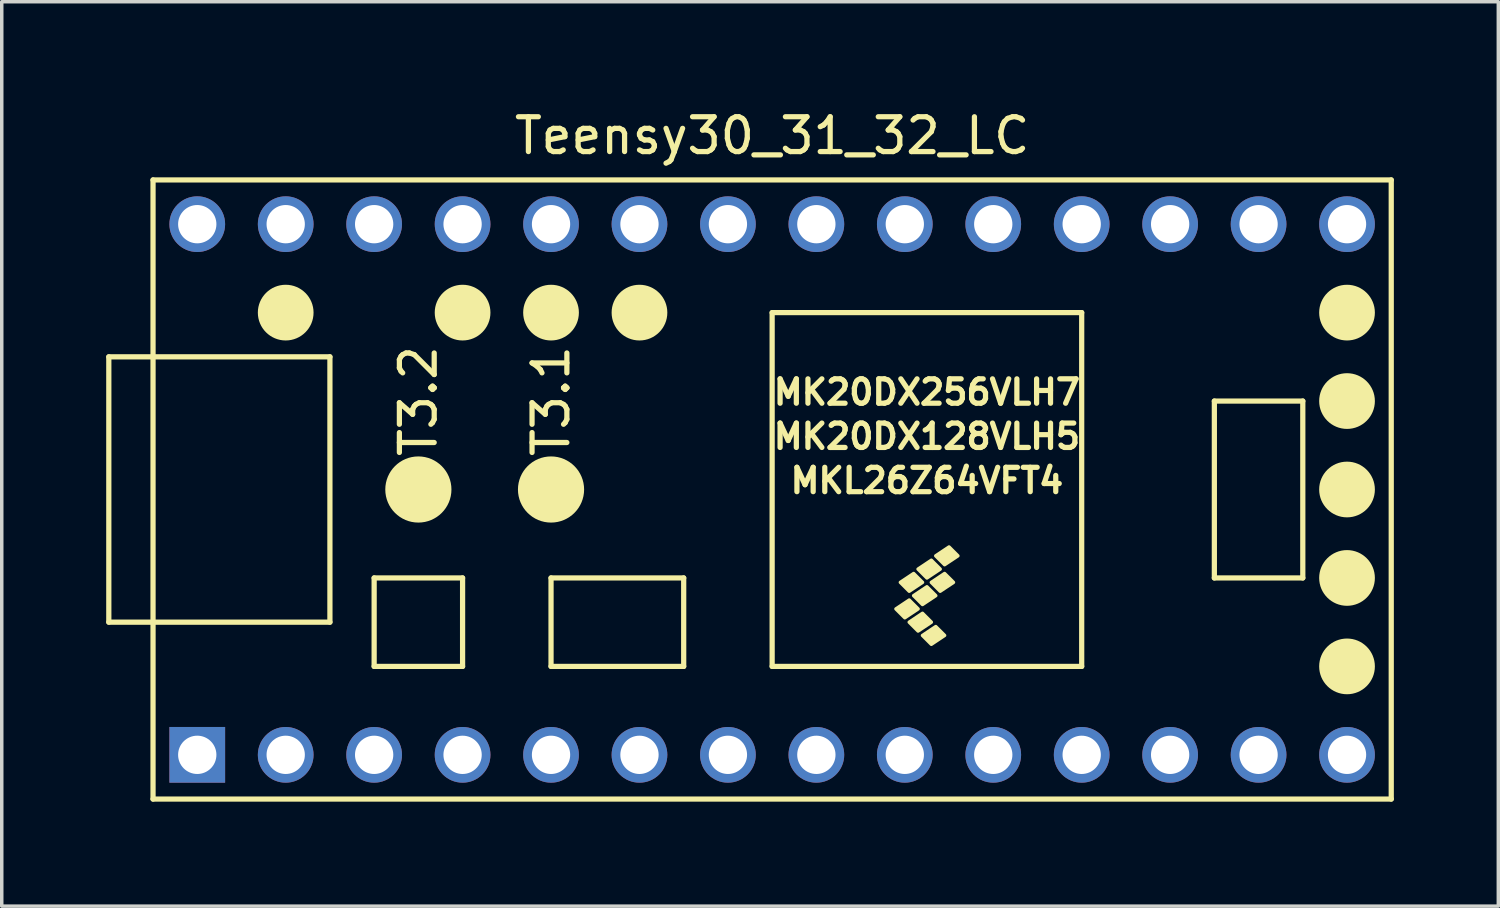
<source format=kicad_pcb>
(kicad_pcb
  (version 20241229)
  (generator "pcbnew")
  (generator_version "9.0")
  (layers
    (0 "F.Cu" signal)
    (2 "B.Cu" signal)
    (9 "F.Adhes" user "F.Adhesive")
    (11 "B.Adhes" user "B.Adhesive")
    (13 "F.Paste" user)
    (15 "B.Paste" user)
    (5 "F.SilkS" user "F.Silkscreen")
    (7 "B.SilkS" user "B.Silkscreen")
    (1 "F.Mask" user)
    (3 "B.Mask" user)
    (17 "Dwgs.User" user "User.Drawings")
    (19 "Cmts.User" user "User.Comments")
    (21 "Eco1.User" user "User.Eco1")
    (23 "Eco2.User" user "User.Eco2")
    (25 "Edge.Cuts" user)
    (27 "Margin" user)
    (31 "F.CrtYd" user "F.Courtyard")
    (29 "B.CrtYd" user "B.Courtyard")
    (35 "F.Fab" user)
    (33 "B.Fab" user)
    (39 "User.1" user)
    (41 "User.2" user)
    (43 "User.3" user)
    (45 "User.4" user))
  (footprint "Teensy30_31_32_LC"
    (layer "F.Cu")
    (at 19.125 11.008)
    (property "Reference" "Teensy30_31_32_LC" (at 0 -10.16 0) (layer "F.SilkS") (effects (font (size 1 1) (thickness 0.15))))
    (attr through_hole)
    (fp_line (start -19.05 -3.81) (end -17.78 -3.81) (stroke (width 0.15) (type solid)) (layer "F.SilkS"))
    (fp_line (start -19.05 3.81) (end -19.05 -3.81) (stroke (width 0.15) (type solid)) (layer "F.SilkS"))
    (fp_line (start -17.78 -8.89) (end 17.78 -8.89) (stroke (width 0.15) (type solid)) (layer "F.SilkS"))
    (fp_line (start -17.78 3.81) (end -19.05 3.81) (stroke (width 0.15) (type solid)) (layer "F.SilkS"))
    (fp_line (start -17.78 8.89) (end -17.78 -8.89) (stroke (width 0.15) (type solid)) (layer "F.SilkS"))
    (fp_line (start -12.7 -3.81) (end -17.78 -3.81) (stroke (width 0.15) (type solid)) (layer "F.SilkS"))
    (fp_line (start -12.7 3.81) (end -17.78 3.81) (stroke (width 0.15) (type solid)) (layer "F.SilkS"))
    (fp_line (start -12.7 3.81) (end -12.7 -3.81) (stroke (width 0.15) (type solid)) (layer "F.SilkS"))
    (fp_line (start -11.43 2.54) (end -11.43 5.08) (stroke (width 0.15) (type solid)) (layer "F.SilkS"))
    (fp_line (start -11.43 5.08) (end -8.89 5.08) (stroke (width 0.15) (type solid)) (layer "F.SilkS"))
    (fp_line (start -8.89 2.54) (end -11.43 2.54) (stroke (width 0.15) (type solid)) (layer "F.SilkS"))
    (fp_line (start -8.89 5.08) (end -8.89 2.54) (stroke (width 0.15) (type solid)) (layer "F.SilkS"))
    (fp_line (start -6.35 2.54) (end -6.35 5.08) (stroke (width 0.15) (type solid)) (layer "F.SilkS"))
    (fp_line (start -6.35 5.08) (end -2.54 5.08) (stroke (width 0.15) (type solid)) (layer "F.SilkS"))
    (fp_line (start -2.54 2.54) (end -6.35 2.54) (stroke (width 0.15) (type solid)) (layer "F.SilkS"))
    (fp_line (start -2.54 5.08) (end -2.54 2.54) (stroke (width 0.15) (type solid)) (layer "F.SilkS"))
    (fp_line (start 0 -5.08) (end 0 5.08) (stroke (width 0.15) (type solid)) (layer "F.SilkS"))
    (fp_line (start 8.89 -5.08) (end 0 -5.08) (stroke (width 0.15) (type solid)) (layer "F.SilkS"))
    (fp_line (start 8.89 5.08) (end 0 5.08) (stroke (width 0.15) (type solid)) (layer "F.SilkS"))
    (fp_line (start 8.89 5.08) (end 8.89 -5.08) (stroke (width 0.15) (type solid)) (layer "F.SilkS"))
    (fp_line (start 12.7 -2.54) (end 15.24 -2.54) (stroke (width 0.15) (type solid)) (layer "F.SilkS"))
    (fp_line (start 12.7 2.54) (end 12.7 -2.54) (stroke (width 0.15) (type solid)) (layer "F.SilkS"))
    (fp_line (start 15.24 -2.54) (end 15.24 2.54) (stroke (width 0.15) (type solid)) (layer "F.SilkS"))
    (fp_line (start 15.24 2.54) (end 12.7 2.54) (stroke (width 0.15) (type solid)) (layer "F.SilkS"))
    (fp_line (start 17.78 -8.89) (end 17.78 8.89) (stroke (width 0.15) (type solid)) (layer "F.SilkS"))
    (fp_line (start 17.78 8.89) (end -17.78 8.89) (stroke (width 0.15) (type solid)) (layer "F.SilkS"))
    (fp_poly (pts (xy 3.81 3.683) (xy 3.556 3.429) (xy 3.937 3.175) (xy 4.191 3.429)) (stroke (width 0.1) (type solid)) (fill yes) (layer "F.SilkS"))
    (fp_poly (pts (xy 3.937 2.921) (xy 3.683 2.667) (xy 4.064 2.413) (xy 4.318 2.667)) (stroke (width 0.1) (type solid)) (fill yes) (layer "F.SilkS"))
    (fp_poly (pts (xy 4.191 4.064) (xy 3.937 3.81) (xy 4.318 3.556) (xy 4.572 3.81)) (stroke (width 0.1) (type solid)) (fill yes) (layer "F.SilkS"))
    (fp_poly (pts (xy 4.318 3.302) (xy 4.064 3.048) (xy 4.445 2.794) (xy 4.699 3.048)) (stroke (width 0.1) (type solid)) (fill yes) (layer "F.SilkS"))
    (fp_poly (pts (xy 4.445 2.54) (xy 4.191 2.286) (xy 4.572 2.032) (xy 4.826 2.286)) (stroke (width 0.1) (type solid)) (fill yes) (layer "F.SilkS"))
    (fp_poly (pts (xy 4.572 4.445) (xy 4.318 4.191) (xy 4.699 3.937) (xy 4.953 4.191)) (stroke (width 0.1) (type solid)) (fill yes) (layer "F.SilkS"))
    (fp_poly (pts (xy 4.826 2.921) (xy 4.572 2.667) (xy 4.953 2.413) (xy 5.207 2.667)) (stroke (width 0.1) (type solid)) (fill yes) (layer "F.SilkS"))
    (fp_poly (pts (xy 4.953 2.159) (xy 4.699 1.905) (xy 5.08 1.651) (xy 5.334 1.905)) (stroke (width 0.1) (type solid)) (fill yes) (layer "F.SilkS"))
    (fp_text user "MK20DX128VLH5" (at 4.445 -1.524 0) (layer "F.SilkS") (effects (font (size 0.7 0.7) (thickness 0.15))))
    (fp_text user "MKL26Z64VFT4" (at 4.445 -0.254 0) (layer "F.SilkS") (effects (font (size 0.7 0.7) (thickness 0.15))))
    (fp_text user "T3.2" (at -10.16 -2.54 90) (layer "F.SilkS") (effects (font (size 1 1) (thickness 0.15))))
    (fp_text user "MK20DX256VLH7" (at 4.445 -2.794 0) (layer "F.SilkS") (effects (font (size 0.7 0.7) (thickness 0.15))))
    (fp_text user "T3.1" (at -6.35 -2.54 90) (layer "F.SilkS") (effects (font (size 1 1) (thickness 0.15))))
    (pad "" connect circle (at -13.97 -5.08) (size 1.6 1.6) (layers "F.SilkS"))
    (pad "" connect circle (at -10.16 0) (size 1.9 1.9) (layers "F.SilkS"))
    (pad "" connect circle (at -8.89 -5.08) (size 1.6 1.6) (layers "F.SilkS"))
    (pad "" connect circle (at -6.35 -5.08) (size 1.6 1.6) (layers "F.SilkS"))
    (pad "" connect circle (at -6.35 0) (size 1.9 1.9) (layers "F.SilkS"))
    (pad "" connect circle (at -3.81 -5.08) (size 1.6 1.6) (layers "F.SilkS"))
    (pad "" connect circle (at 16.51 -5.08) (size 1.6 1.6) (layers "F.SilkS"))
    (pad "" connect circle (at 16.51 -2.54) (size 1.6 1.6) (layers "F.SilkS"))
    (pad "" connect circle (at 16.51 0) (size 1.6 1.6) (layers "F.SilkS"))
    (pad "" connect circle (at 16.51 2.54) (size 1.6 1.6) (layers "F.SilkS"))
    (pad "" connect circle (at 16.51 5.08) (size 1.6 1.6) (layers "F.SilkS"))
    (pad "1" thru_hole rect (at -16.51 7.62) (size 1.6 1.6) (drill 1.1) (layers "*.Cu" "*.Mask"))
    (pad "2" thru_hole circle (at -13.97 7.62) (size 1.6 1.6) (drill 1.1) (layers "*.Cu" "*.Mask"))
    (pad "3" thru_hole circle (at -11.43 7.62) (size 1.6 1.6) (drill 1.1) (layers "*.Cu" "*.Mask"))
    (pad "4" thru_hole circle (at -8.89 7.62) (size 1.6 1.6) (drill 1.1) (layers "*.Cu" "*.Mask"))
    (pad "5" thru_hole circle (at -6.35 7.62) (size 1.6 1.6) (drill 1.1) (layers "*.Cu" "*.Mask"))
    (pad "6" thru_hole circle (at -3.81 7.62) (size 1.6 1.6) (drill 1.1) (layers "*.Cu" "*.Mask"))
    (pad "7" thru_hole circle (at -1.27 7.62) (size 1.6 1.6) (drill 1.1) (layers "*.Cu" "*.Mask"))
    (pad "8" thru_hole circle (at 1.27 7.62) (size 1.6 1.6) (drill 1.1) (layers "*.Cu" "*.Mask"))
    (pad "9" thru_hole circle (at 3.81 7.62) (size 1.6 1.6) (drill 1.1) (layers "*.Cu" "*.Mask"))
    (pad "10" thru_hole circle (at 6.35 7.62) (size 1.6 1.6) (drill 1.1) (layers "*.Cu" "*.Mask"))
    (pad "11" thru_hole circle (at 8.89 7.62) (size 1.6 1.6) (drill 1.1) (layers "*.Cu" "*.Mask"))
    (pad "12" thru_hole circle (at 11.43 7.62) (size 1.6 1.6) (drill 1.1) (layers "*.Cu" "*.Mask"))
    (pad "13" thru_hole circle (at 13.97 7.62) (size 1.6 1.6) (drill 1.1) (layers "*.Cu" "*.Mask"))
    (pad "14" thru_hole circle (at 16.51 7.62) (size 1.6 1.6) (drill 1.1) (layers "*.Cu" "*.Mask"))
    (pad "20" thru_hole circle (at 16.51 -7.62) (size 1.6 1.6) (drill 1.1) (layers "*.Cu" "*.Mask"))
    (pad "21" thru_hole circle (at 13.97 -7.62) (size 1.6 1.6) (drill 1.1) (layers "*.Cu" "*.Mask"))
    (pad "22" thru_hole circle (at 11.43 -7.62) (size 1.6 1.6) (drill 1.1) (layers "*.Cu" "*.Mask"))
    (pad "23" thru_hole circle (at 8.89 -7.62) (size 1.6 1.6) (drill 1.1) (layers "*.Cu" "*.Mask"))
    (pad "24" thru_hole circle (at 6.35 -7.62) (size 1.6 1.6) (drill 1.1) (layers "*.Cu" "*.Mask"))
    (pad "25" thru_hole circle (at 3.81 -7.62) (size 1.6 1.6) (drill 1.1) (layers "*.Cu" "*.Mask"))
    (pad "26" thru_hole circle (at 1.27 -7.62) (size 1.6 1.6) (drill 1.1) (layers "*.Cu" "*.Mask"))
    (pad "27" thru_hole circle (at -1.27 -7.62) (size 1.6 1.6) (drill 1.1) (layers "*.Cu" "*.Mask"))
    (pad "28" thru_hole circle (at -3.81 -7.62) (size 1.6 1.6) (drill 1.1) (layers "*.Cu" "*.Mask"))
    (pad "29" thru_hole circle (at -6.35 -7.62) (size 1.6 1.6) (drill 1.1) (layers "*.Cu" "*.Mask"))
    (pad "30" thru_hole circle (at -8.89 -7.62) (size 1.6 1.6) (drill 1.1) (layers "*.Cu" "*.Mask"))
    (pad "31" thru_hole circle (at -11.43 -7.62) (size 1.6 1.6) (drill 1.1) (layers "*.Cu" "*.Mask"))
    (pad "32" thru_hole circle (at -13.97 -7.62) (size 1.6 1.6) (drill 1.1) (layers "*.Cu" "*.Mask"))
    (pad "33" thru_hole circle (at -16.51 -7.62) (size 1.6 1.6) (drill 1.1) (layers "*.Cu" "*.Mask")))
  (gr_rect
    (start -3 -3)
    (end 39.98 22.973)
    (stroke (width 0.1) (type default))
    (fill no)
    (layer "Edge.Cuts")))
</source>
